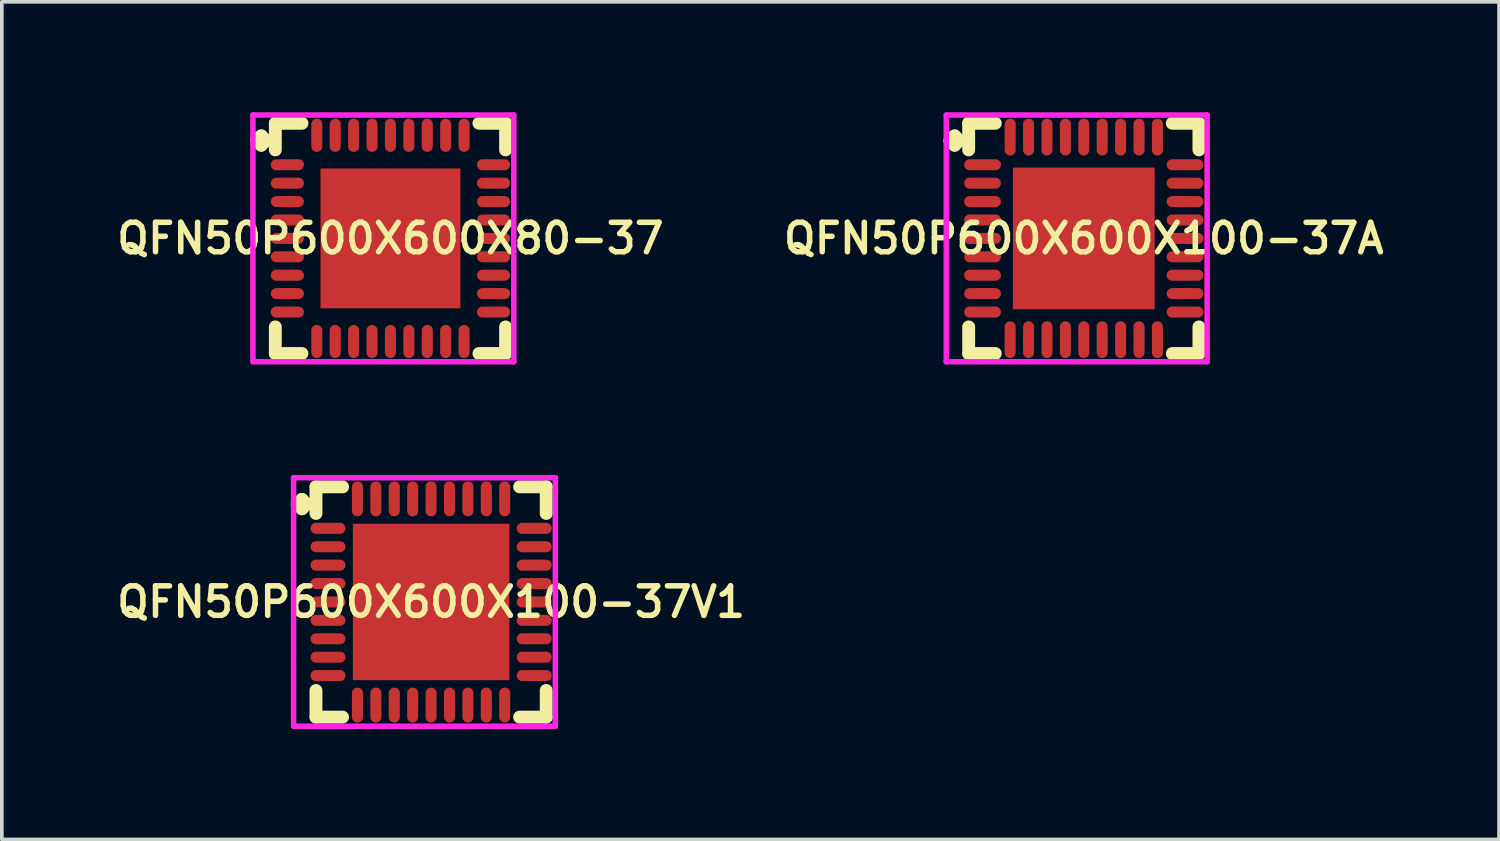
<source format=kicad_pcb>
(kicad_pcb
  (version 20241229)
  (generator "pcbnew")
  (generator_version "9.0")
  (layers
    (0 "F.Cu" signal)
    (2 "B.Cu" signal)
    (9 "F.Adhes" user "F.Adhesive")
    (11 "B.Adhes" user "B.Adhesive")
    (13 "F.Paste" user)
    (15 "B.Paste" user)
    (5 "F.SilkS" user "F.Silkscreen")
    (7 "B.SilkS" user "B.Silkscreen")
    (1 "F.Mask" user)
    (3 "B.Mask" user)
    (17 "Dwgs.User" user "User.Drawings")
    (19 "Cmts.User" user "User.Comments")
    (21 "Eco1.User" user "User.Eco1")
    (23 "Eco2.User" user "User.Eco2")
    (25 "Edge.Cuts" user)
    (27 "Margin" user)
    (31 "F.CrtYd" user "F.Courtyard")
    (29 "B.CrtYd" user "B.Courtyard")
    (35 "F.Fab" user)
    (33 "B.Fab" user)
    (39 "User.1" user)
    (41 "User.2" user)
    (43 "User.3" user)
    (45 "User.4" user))
  (footprint "QFN50P600X600X100-37A"
    (layer "F.Cu")
    (at 26.387 3.425)
    (property "Reference" "QFN50P600X600X100-37A" (at 0 0 0) (layer "F.SilkS") (effects (font (size 0.8 0.8) (thickness 0.15))))
    (attr smd)
    (fp_line (start -3.635 -2.658) (end -3.508 -2.785) (stroke (width 0.35) (type solid)) (layer "F.SilkS"))
    (fp_line (start -3.508 -2.785) (end -3.381 -2.658) (stroke (width 0.35) (type solid)) (layer "F.SilkS"))
    (fp_line (start -3.508 -2.531) (end -3.635 -2.658) (stroke (width 0.35) (type solid)) (layer "F.SilkS"))
    (fp_line (start -3.381 -2.658) (end -3.508 -2.531) (stroke (width 0.35) (type solid)) (layer "F.SilkS"))
    (fp_line (start -3.127 -3.127) (end -2.404 -3.127) (stroke (width 0.35) (type solid)) (layer "F.SilkS"))
    (fp_line (start -3.127 -2.404) (end -3.127 -3.127) (stroke (width 0.35) (type solid)) (layer "F.SilkS"))
    (fp_line (start -3.127 2.404) (end -3.127 3.127) (stroke (width 0.35) (type solid)) (layer "F.SilkS"))
    (fp_line (start -3.127 3.127) (end -2.404 3.127) (stroke (width 0.35) (type solid)) (layer "F.SilkS"))
    (fp_line (start 2.404 -3.127) (end 3.127 -3.127) (stroke (width 0.35) (type solid)) (layer "F.SilkS"))
    (fp_line (start 2.404 3.127) (end 3.127 3.127) (stroke (width 0.35) (type solid)) (layer "F.SilkS"))
    (fp_line (start 3.127 -3.127) (end 3.127 -2.404) (stroke (width 0.35) (type solid)) (layer "F.SilkS"))
    (fp_line (start 3.127 3.127) (end 3.127 2.404) (stroke (width 0.35) (type solid)) (layer "F.SilkS"))
    (fp_line (start -3.735 -3.35) (end 3.35 -3.35) (stroke (width 0.15) (type solid)) (layer "F.CrtYd"))
    (fp_line (start -3.735 3.35) (end -3.735 -3.35) (stroke (width 0.15) (type solid)) (layer "F.CrtYd"))
    (fp_line (start 3.35 -3.35) (end 3.35 3.35) (stroke (width 0.15) (type solid)) (layer "F.CrtYd"))
    (fp_line (start 3.35 3.35) (end -3.735 3.35) (stroke (width 0.15) (type solid)) (layer "F.CrtYd"))
    (pad "1" smd oval (at -2.75 -2) (size 1 0.3) (layers "F.Cu" "F.Mask" "F.Paste"))
    (pad "2" smd oval (at -2.75 -1.5) (size 1 0.3) (layers "F.Cu" "F.Mask" "F.Paste"))
    (pad "3" smd oval (at -2.75 -1) (size 1 0.3) (layers "F.Cu" "F.Mask" "F.Paste"))
    (pad "4" smd oval (at -2.75 -0.5) (size 1 0.3) (layers "F.Cu" "F.Mask" "F.Paste"))
    (pad "5" smd oval (at -2.75 0) (size 1 0.3) (layers "F.Cu" "F.Mask" "F.Paste"))
    (pad "6" smd oval (at -2.75 0.5) (size 1 0.3) (layers "F.Cu" "F.Mask" "F.Paste"))
    (pad "7" smd oval (at -2.75 1) (size 1 0.3) (layers "F.Cu" "F.Mask" "F.Paste"))
    (pad "8" smd oval (at -2.75 1.5) (size 1 0.3) (layers "F.Cu" "F.Mask" "F.Paste"))
    (pad "9" smd oval (at -2.75 2) (size 1 0.3) (layers "F.Cu" "F.Mask" "F.Paste"))
    (pad "10" smd oval (at -2 2.75) (size 0.3 1) (layers "F.Cu" "F.Mask" "F.Paste"))
    (pad "11" smd oval (at -1.5 2.75) (size 0.3 1) (layers "F.Cu" "F.Mask" "F.Paste"))
    (pad "12" smd oval (at -1 2.75) (size 0.3 1) (layers "F.Cu" "F.Mask" "F.Paste"))
    (pad "13" smd oval (at -0.5 2.75) (size 0.3 1) (layers "F.Cu" "F.Mask" "F.Paste"))
    (pad "14" smd oval (at 0 2.75) (size 0.3 1) (layers "F.Cu" "F.Mask" "F.Paste"))
    (pad "15" smd oval (at 0.5 2.75) (size 0.3 1) (layers "F.Cu" "F.Mask" "F.Paste"))
    (pad "16" smd oval (at 1 2.75) (size 0.3 1) (layers "F.Cu" "F.Mask" "F.Paste"))
    (pad "17" smd oval (at 1.5 2.75) (size 0.3 1) (layers "F.Cu" "F.Mask" "F.Paste"))
    (pad "18" smd oval (at 2 2.75) (size 0.3 1) (layers "F.Cu" "F.Mask" "F.Paste"))
    (pad "19" smd oval (at 2.75 2) (size 1 0.3) (layers "F.Cu" "F.Mask" "F.Paste"))
    (pad "20" smd oval (at 2.75 1.5) (size 1 0.3) (layers "F.Cu" "F.Mask" "F.Paste"))
    (pad "21" smd oval (at 2.75 1) (size 1 0.3) (layers "F.Cu" "F.Mask" "F.Paste"))
    (pad "22" smd oval (at 2.75 0.5) (size 1 0.3) (layers "F.Cu" "F.Mask" "F.Paste"))
    (pad "23" smd oval (at 2.75 0) (size 1 0.3) (layers "F.Cu" "F.Mask" "F.Paste"))
    (pad "24" smd oval (at 2.75 -0.5) (size 1 0.3) (layers "F.Cu" "F.Mask" "F.Paste"))
    (pad "25" smd oval (at 2.75 -1) (size 1 0.3) (layers "F.Cu" "F.Mask" "F.Paste"))
    (pad "26" smd oval (at 2.75 -1.5) (size 1 0.3) (layers "F.Cu" "F.Mask" "F.Paste"))
    (pad "27" smd oval (at 2.75 -2) (size 1 0.3) (layers "F.Cu" "F.Mask" "F.Paste"))
    (pad "28" smd oval (at 2 -2.75) (size 0.3 1) (layers "F.Cu" "F.Mask" "F.Paste"))
    (pad "29" smd oval (at 1.5 -2.75) (size 0.3 1) (layers "F.Cu" "F.Mask" "F.Paste"))
    (pad "30" smd oval (at 1 -2.75) (size 0.3 1) (layers "F.Cu" "F.Mask" "F.Paste"))
    (pad "31" smd oval (at 0.5 -2.75) (size 0.3 1) (layers "F.Cu" "F.Mask" "F.Paste"))
    (pad "32" smd oval (at 0 -2.75) (size 0.3 1) (layers "F.Cu" "F.Mask" "F.Paste"))
    (pad "33" smd oval (at -0.5 -2.75) (size 0.3 1) (layers "F.Cu" "F.Mask" "F.Paste"))
    (pad "34" smd oval (at -1 -2.75) (size 0.3 1) (layers "F.Cu" "F.Mask" "F.Paste"))
    (pad "35" smd oval (at -1.5 -2.75) (size 0.3 1) (layers "F.Cu" "F.Mask" "F.Paste"))
    (pad "36" smd oval (at -2 -2.75) (size 0.3 1) (layers "F.Cu" "F.Mask" "F.Paste"))
    (pad "37" smd rect (at 0 0) (size 3.85 3.85) (layers "F.Cu" "F.Mask" "F.Paste")))
  (footprint "QFN50P600X600X80-37"
    (layer "F.Cu")
    (at 7.555 3.425)
    (property "Reference" "QFN50P600X600X80-37" (at 0 0 0) (layer "F.SilkS") (effects (font (size 0.8 0.8) (thickness 0.15))))
    (attr smd)
    (fp_line (start -3.635 -2.658) (end -3.508 -2.785) (stroke (width 0.35) (type solid)) (layer "F.SilkS"))
    (fp_line (start -3.508 -2.785) (end -3.381 -2.658) (stroke (width 0.35) (type solid)) (layer "F.SilkS"))
    (fp_line (start -3.508 -2.531) (end -3.635 -2.658) (stroke (width 0.35) (type solid)) (layer "F.SilkS"))
    (fp_line (start -3.381 -2.658) (end -3.508 -2.531) (stroke (width 0.35) (type solid)) (layer "F.SilkS"))
    (fp_line (start -3.127 -3.127) (end -2.404 -3.127) (stroke (width 0.35) (type solid)) (layer "F.SilkS"))
    (fp_line (start -3.127 -2.404) (end -3.127 -3.127) (stroke (width 0.35) (type solid)) (layer "F.SilkS"))
    (fp_line (start -3.127 2.404) (end -3.127 3.127) (stroke (width 0.35) (type solid)) (layer "F.SilkS"))
    (fp_line (start -3.127 3.127) (end -2.404 3.127) (stroke (width 0.35) (type solid)) (layer "F.SilkS"))
    (fp_line (start 2.404 -3.127) (end 3.127 -3.127) (stroke (width 0.35) (type solid)) (layer "F.SilkS"))
    (fp_line (start 2.404 3.127) (end 3.127 3.127) (stroke (width 0.35) (type solid)) (layer "F.SilkS"))
    (fp_line (start 3.127 -3.127) (end 3.127 -2.404) (stroke (width 0.35) (type solid)) (layer "F.SilkS"))
    (fp_line (start 3.127 3.127) (end 3.127 2.404) (stroke (width 0.35) (type solid)) (layer "F.SilkS"))
    (fp_line (start -3.735 -3.35) (end 3.35 -3.35) (stroke (width 0.15) (type solid)) (layer "F.CrtYd"))
    (fp_line (start -3.735 3.35) (end -3.735 -3.35) (stroke (width 0.15) (type solid)) (layer "F.CrtYd"))
    (fp_line (start 3.35 -3.35) (end 3.35 3.35) (stroke (width 0.15) (type solid)) (layer "F.CrtYd"))
    (fp_line (start 3.35 3.35) (end -3.735 3.35) (stroke (width 0.15) (type solid)) (layer "F.CrtYd"))
    (pad "1" smd oval (at -2.8 -2) (size 0.9 0.3) (layers "F.Cu" "F.Mask" "F.Paste"))
    (pad "2" smd oval (at -2.8 -1.5) (size 0.9 0.3) (layers "F.Cu" "F.Mask" "F.Paste"))
    (pad "3" smd oval (at -2.8 -1) (size 0.9 0.3) (layers "F.Cu" "F.Mask" "F.Paste"))
    (pad "4" smd oval (at -2.8 -0.5) (size 0.9 0.3) (layers "F.Cu" "F.Mask" "F.Paste"))
    (pad "5" smd oval (at -2.8 0) (size 0.9 0.3) (layers "F.Cu" "F.Mask" "F.Paste"))
    (pad "6" smd oval (at -2.8 0.5) (size 0.9 0.3) (layers "F.Cu" "F.Mask" "F.Paste"))
    (pad "7" smd oval (at -2.8 1) (size 0.9 0.3) (layers "F.Cu" "F.Mask" "F.Paste"))
    (pad "8" smd oval (at -2.8 1.5) (size 0.9 0.3) (layers "F.Cu" "F.Mask" "F.Paste"))
    (pad "9" smd oval (at -2.8 2) (size 0.9 0.3) (layers "F.Cu" "F.Mask" "F.Paste"))
    (pad "10" smd oval (at -2 2.8) (size 0.3 0.9) (layers "F.Cu" "F.Mask" "F.Paste"))
    (pad "11" smd oval (at -1.5 2.8) (size 0.3 0.9) (layers "F.Cu" "F.Mask" "F.Paste"))
    (pad "12" smd oval (at -1 2.8) (size 0.3 0.9) (layers "F.Cu" "F.Mask" "F.Paste"))
    (pad "13" smd oval (at -0.5 2.8) (size 0.3 0.9) (layers "F.Cu" "F.Mask" "F.Paste"))
    (pad "14" smd oval (at 0 2.8) (size 0.3 0.9) (layers "F.Cu" "F.Mask" "F.Paste"))
    (pad "15" smd oval (at 0.5 2.8) (size 0.3 0.9) (layers "F.Cu" "F.Mask" "F.Paste"))
    (pad "16" smd oval (at 1 2.8) (size 0.3 0.9) (layers "F.Cu" "F.Mask" "F.Paste"))
    (pad "17" smd oval (at 1.5 2.8) (size 0.3 0.9) (layers "F.Cu" "F.Mask" "F.Paste"))
    (pad "18" smd oval (at 2 2.8) (size 0.3 0.9) (layers "F.Cu" "F.Mask" "F.Paste"))
    (pad "19" smd oval (at 2.8 2) (size 0.9 0.3) (layers "F.Cu" "F.Mask" "F.Paste"))
    (pad "20" smd oval (at 2.8 1.5) (size 0.9 0.3) (layers "F.Cu" "F.Mask" "F.Paste"))
    (pad "21" smd oval (at 2.8 1) (size 0.9 0.3) (layers "F.Cu" "F.Mask" "F.Paste"))
    (pad "22" smd oval (at 2.8 0.5) (size 0.9 0.3) (layers "F.Cu" "F.Mask" "F.Paste"))
    (pad "23" smd oval (at 2.8 0) (size 0.9 0.3) (layers "F.Cu" "F.Mask" "F.Paste"))
    (pad "24" smd oval (at 2.8 -0.5) (size 0.9 0.3) (layers "F.Cu" "F.Mask" "F.Paste"))
    (pad "25" smd oval (at 2.8 -1) (size 0.9 0.3) (layers "F.Cu" "F.Mask" "F.Paste"))
    (pad "26" smd oval (at 2.8 -1.5) (size 0.9 0.3) (layers "F.Cu" "F.Mask" "F.Paste"))
    (pad "27" smd oval (at 2.8 -2) (size 0.9 0.3) (layers "F.Cu" "F.Mask" "F.Paste"))
    (pad "28" smd oval (at 2 -2.8) (size 0.3 0.9) (layers "F.Cu" "F.Mask" "F.Paste"))
    (pad "29" smd oval (at 1.5 -2.8) (size 0.3 0.9) (layers "F.Cu" "F.Mask" "F.Paste"))
    (pad "30" smd oval (at 1 -2.8) (size 0.3 0.9) (layers "F.Cu" "F.Mask" "F.Paste"))
    (pad "31" smd oval (at 0.5 -2.8) (size 0.3 0.9) (layers "F.Cu" "F.Mask" "F.Paste"))
    (pad "32" smd oval (at 0 -2.8) (size 0.3 0.9) (layers "F.Cu" "F.Mask" "F.Paste"))
    (pad "33" smd oval (at -0.5 -2.8) (size 0.3 0.9) (layers "F.Cu" "F.Mask" "F.Paste"))
    (pad "34" smd oval (at -1 -2.8) (size 0.3 0.9) (layers "F.Cu" "F.Mask" "F.Paste"))
    (pad "35" smd oval (at -1.5 -2.8) (size 0.3 0.9) (layers "F.Cu" "F.Mask" "F.Paste"))
    (pad "36" smd oval (at -2 -2.8) (size 0.3 0.9) (layers "F.Cu" "F.Mask" "F.Paste"))
    (pad "37" smd rect (at 0 0) (size 3.8 3.8) (layers "F.Cu" "F.Mask" "F.Paste")))
  (footprint "QFN50P600X600X100-37V1"
    (layer "F.Cu")
    (at 8.659 13.3)
    (property "Reference" "QFN50P600X600X100-37V1" (at 0 0 0) (layer "F.SilkS") (effects (font (size 0.8 0.8) (thickness 0.15))))
    (attr smd)
    (fp_line (start -3.635 -2.658) (end -3.508 -2.785) (stroke (width 0.35) (type solid)) (layer "F.SilkS"))
    (fp_line (start -3.508 -2.785) (end -3.381 -2.658) (stroke (width 0.35) (type solid)) (layer "F.SilkS"))
    (fp_line (start -3.508 -2.531) (end -3.635 -2.658) (stroke (width 0.35) (type solid)) (layer "F.SilkS"))
    (fp_line (start -3.381 -2.658) (end -3.508 -2.531) (stroke (width 0.35) (type solid)) (layer "F.SilkS"))
    (fp_line (start -3.127 -3.127) (end -2.404 -3.127) (stroke (width 0.35) (type solid)) (layer "F.SilkS"))
    (fp_line (start -3.127 -2.404) (end -3.127 -3.127) (stroke (width 0.35) (type solid)) (layer "F.SilkS"))
    (fp_line (start -3.127 2.404) (end -3.127 3.127) (stroke (width 0.35) (type solid)) (layer "F.SilkS"))
    (fp_line (start -3.127 3.127) (end -2.404 3.127) (stroke (width 0.35) (type solid)) (layer "F.SilkS"))
    (fp_line (start 2.404 -3.127) (end 3.127 -3.127) (stroke (width 0.35) (type solid)) (layer "F.SilkS"))
    (fp_line (start 2.404 3.127) (end 3.127 3.127) (stroke (width 0.35) (type solid)) (layer "F.SilkS"))
    (fp_line (start 3.127 -3.127) (end 3.127 -2.404) (stroke (width 0.35) (type solid)) (layer "F.SilkS"))
    (fp_line (start 3.127 3.127) (end 3.127 2.404) (stroke (width 0.35) (type solid)) (layer "F.SilkS"))
    (fp_line (start -3.735 -3.375) (end 3.375 -3.375) (stroke (width 0.15) (type solid)) (layer "F.CrtYd"))
    (fp_line (start -3.735 3.375) (end -3.735 -3.375) (stroke (width 0.15) (type solid)) (layer "F.CrtYd"))
    (fp_line (start 3.375 -3.375) (end 3.375 3.375) (stroke (width 0.15) (type solid)) (layer "F.CrtYd"))
    (fp_line (start 3.375 3.375) (end -3.735 3.375) (stroke (width 0.15) (type solid)) (layer "F.CrtYd"))
    (pad "1" smd oval (at -2.8 -2) (size 0.95 0.3) (layers "F.Cu" "F.Mask" "F.Paste"))
    (pad "2" smd oval (at -2.8 -1.5) (size 0.95 0.3) (layers "F.Cu" "F.Mask" "F.Paste"))
    (pad "3" smd oval (at -2.8 -1) (size 0.95 0.3) (layers "F.Cu" "F.Mask" "F.Paste"))
    (pad "4" smd oval (at -2.8 -0.5) (size 0.95 0.3) (layers "F.Cu" "F.Mask" "F.Paste"))
    (pad "5" smd oval (at -2.8 0) (size 0.95 0.3) (layers "F.Cu" "F.Mask" "F.Paste"))
    (pad "6" smd oval (at -2.8 0.5) (size 0.95 0.3) (layers "F.Cu" "F.Mask" "F.Paste"))
    (pad "7" smd oval (at -2.8 1) (size 0.95 0.3) (layers "F.Cu" "F.Mask" "F.Paste"))
    (pad "8" smd oval (at -2.8 1.5) (size 0.95 0.3) (layers "F.Cu" "F.Mask" "F.Paste"))
    (pad "9" smd oval (at -2.8 2) (size 0.95 0.3) (layers "F.Cu" "F.Mask" "F.Paste"))
    (pad "10" smd oval (at -2 2.8) (size 0.3 0.95) (layers "F.Cu" "F.Mask" "F.Paste"))
    (pad "11" smd oval (at -1.5 2.8) (size 0.3 0.95) (layers "F.Cu" "F.Mask" "F.Paste"))
    (pad "12" smd oval (at -1 2.8) (size 0.3 0.95) (layers "F.Cu" "F.Mask" "F.Paste"))
    (pad "13" smd oval (at -0.5 2.8) (size 0.3 0.95) (layers "F.Cu" "F.Mask" "F.Paste"))
    (pad "14" smd oval (at 0 2.8) (size 0.3 0.95) (layers "F.Cu" "F.Mask" "F.Paste"))
    (pad "15" smd oval (at 0.5 2.8) (size 0.3 0.95) (layers "F.Cu" "F.Mask" "F.Paste"))
    (pad "16" smd oval (at 1 2.8) (size 0.3 0.95) (layers "F.Cu" "F.Mask" "F.Paste"))
    (pad "17" smd oval (at 1.5 2.8) (size 0.3 0.95) (layers "F.Cu" "F.Mask" "F.Paste"))
    (pad "18" smd oval (at 2 2.8) (size 0.3 0.95) (layers "F.Cu" "F.Mask" "F.Paste"))
    (pad "19" smd oval (at 2.8 2) (size 0.95 0.3) (layers "F.Cu" "F.Mask" "F.Paste"))
    (pad "20" smd oval (at 2.8 1.5) (size 0.95 0.3) (layers "F.Cu" "F.Mask" "F.Paste"))
    (pad "21" smd oval (at 2.8 1) (size 0.95 0.3) (layers "F.Cu" "F.Mask" "F.Paste"))
    (pad "22" smd oval (at 2.8 0.5) (size 0.95 0.3) (layers "F.Cu" "F.Mask" "F.Paste"))
    (pad "23" smd oval (at 2.8 0) (size 0.95 0.3) (layers "F.Cu" "F.Mask" "F.Paste"))
    (pad "24" smd oval (at 2.8 -0.5) (size 0.95 0.3) (layers "F.Cu" "F.Mask" "F.Paste"))
    (pad "25" smd oval (at 2.8 -1) (size 0.95 0.3) (layers "F.Cu" "F.Mask" "F.Paste"))
    (pad "26" smd oval (at 2.8 -1.5) (size 0.95 0.3) (layers "F.Cu" "F.Mask" "F.Paste"))
    (pad "27" smd oval (at 2.8 -2) (size 0.95 0.3) (layers "F.Cu" "F.Mask" "F.Paste"))
    (pad "28" smd oval (at 2 -2.8) (size 0.3 0.95) (layers "F.Cu" "F.Mask" "F.Paste"))
    (pad "29" smd oval (at 1.5 -2.8) (size 0.3 0.95) (layers "F.Cu" "F.Mask" "F.Paste"))
    (pad "30" smd oval (at 1 -2.8) (size 0.3 0.95) (layers "F.Cu" "F.Mask" "F.Paste"))
    (pad "31" smd oval (at 0.5 -2.8) (size 0.3 0.95) (layers "F.Cu" "F.Mask" "F.Paste"))
    (pad "32" smd oval (at 0 -2.8) (size 0.3 0.95) (layers "F.Cu" "F.Mask" "F.Paste"))
    (pad "33" smd oval (at -0.5 -2.8) (size 0.3 0.95) (layers "F.Cu" "F.Mask" "F.Paste"))
    (pad "34" smd oval (at -1 -2.8) (size 0.3 0.95) (layers "F.Cu" "F.Mask" "F.Paste"))
    (pad "35" smd oval (at -1.5 -2.8) (size 0.3 0.95) (layers "F.Cu" "F.Mask" "F.Paste"))
    (pad "36" smd oval (at -2 -2.8) (size 0.3 0.95) (layers "F.Cu" "F.Mask" "F.Paste"))
    (pad "37" smd rect (at 0 0) (size 4.25 4.25) (layers "F.Cu" "F.Mask" "F.Paste")))
  (gr_rect
    (start -3 -3)
    (end 37.666 19.75)
    (stroke (width 0.1) (type default))
    (fill no)
    (layer "Edge.Cuts")))
</source>
